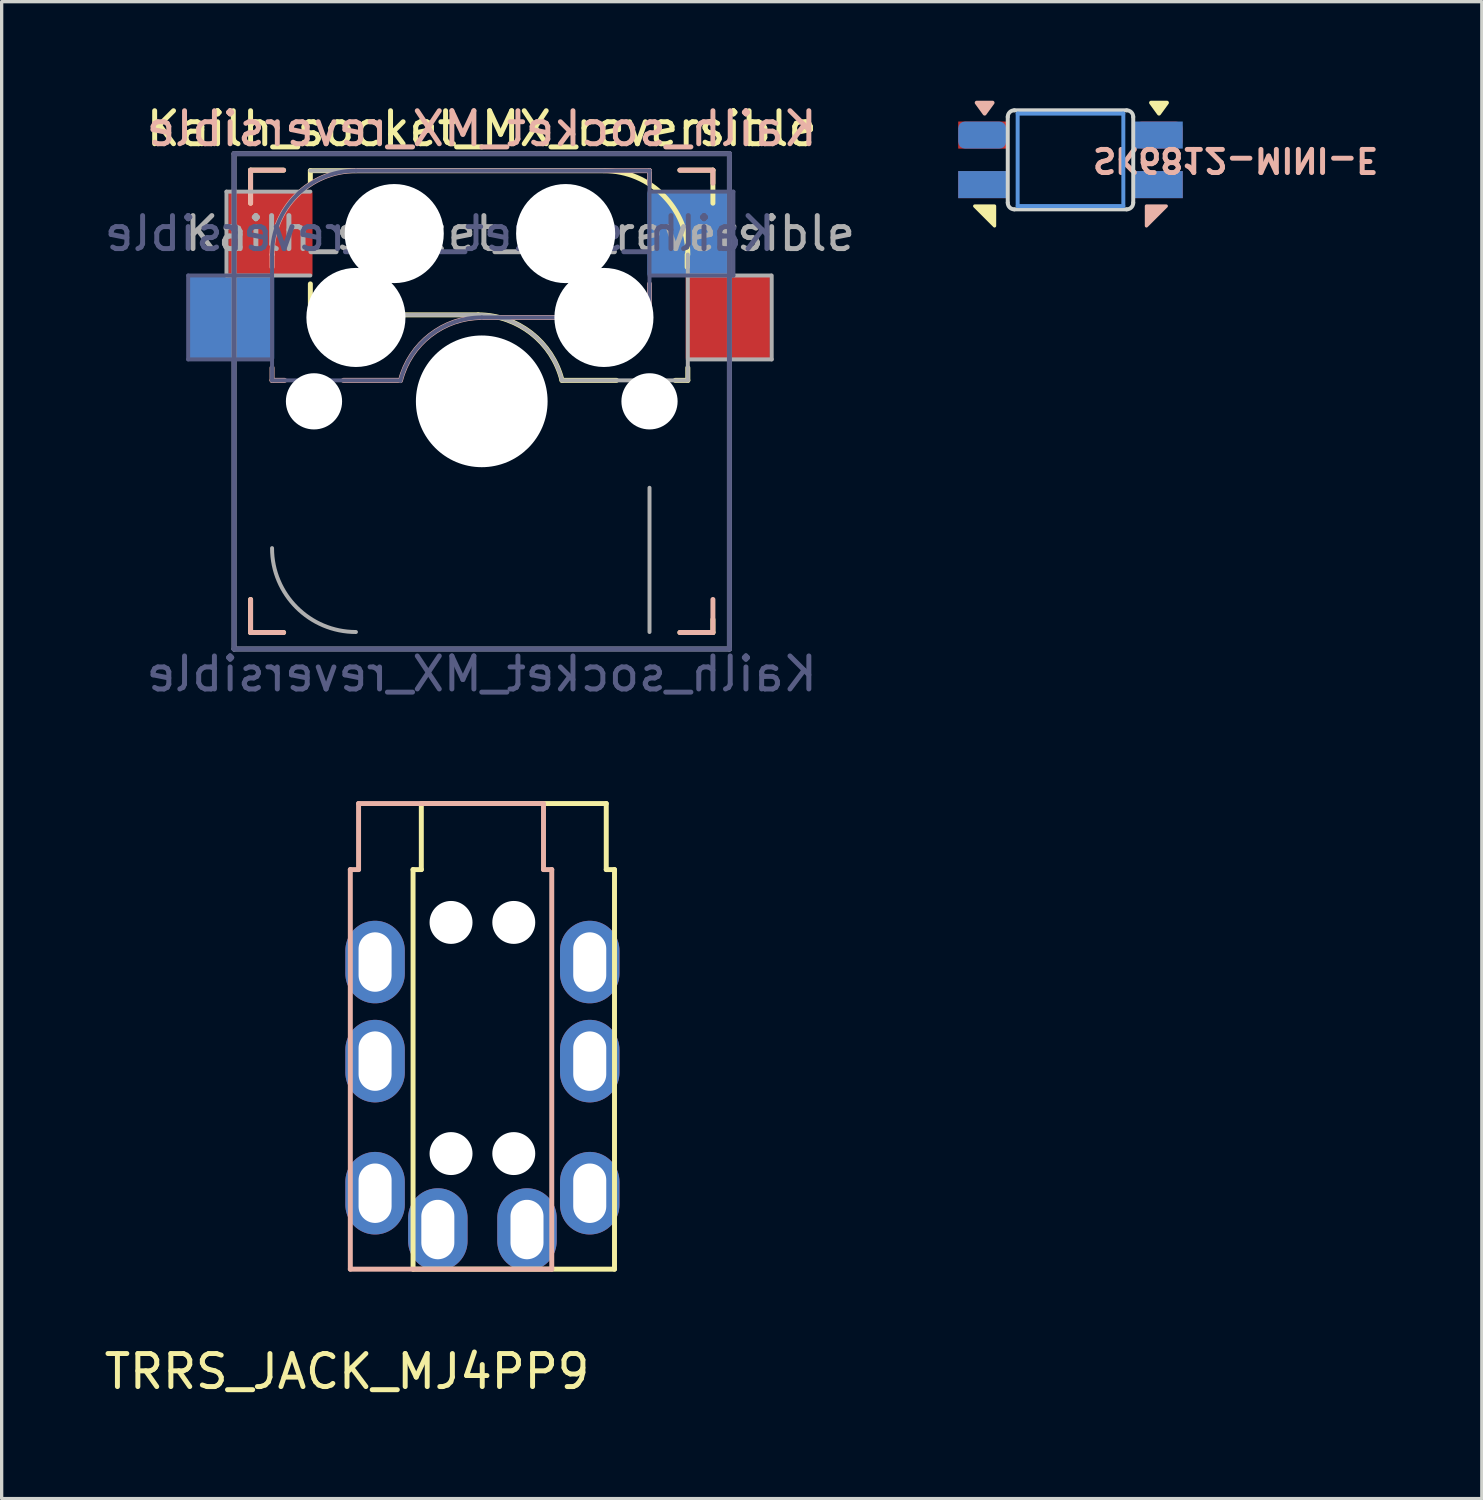
<source format=kicad_pcb>
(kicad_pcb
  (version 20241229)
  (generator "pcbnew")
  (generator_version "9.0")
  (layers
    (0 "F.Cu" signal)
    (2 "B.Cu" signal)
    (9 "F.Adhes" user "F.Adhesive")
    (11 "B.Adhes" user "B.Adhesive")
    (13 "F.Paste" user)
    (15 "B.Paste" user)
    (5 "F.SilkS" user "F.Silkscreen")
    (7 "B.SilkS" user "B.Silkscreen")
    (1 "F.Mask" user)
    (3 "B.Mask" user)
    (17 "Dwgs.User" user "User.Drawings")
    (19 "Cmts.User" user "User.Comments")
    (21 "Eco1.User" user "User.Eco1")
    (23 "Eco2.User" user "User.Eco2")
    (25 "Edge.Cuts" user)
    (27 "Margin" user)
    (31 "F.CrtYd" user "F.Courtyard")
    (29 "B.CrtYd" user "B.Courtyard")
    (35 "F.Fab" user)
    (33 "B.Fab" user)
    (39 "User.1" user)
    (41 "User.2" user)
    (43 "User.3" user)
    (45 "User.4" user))
  (footprint "TRRS_JACK_MJ4PP9"
    (layer "F.Cu")
    (at 7.558 35.382)
    (property "Reference" "TRRS_JACK_MJ4PP9" (at -0.1 3.1 0) (layer "F.SilkS") (effects (font (size 1 1) (thickness 0.15))))
    (attr through_hole)
    (fp_line (start 1.9 -12.1) (end 2.15 -12.1) (stroke (width 0.15) (type solid)) (layer "F.SilkS"))
    (fp_line (start 1.9 0) (end 1.9 -12.1) (stroke (width 0.15) (type solid)) (layer "F.SilkS"))
    (fp_line (start 2.15 -12.1) (end 2.15 -14.1) (stroke (width 0.15) (type solid)) (layer "F.SilkS"))
    (fp_line (start 2.2 -14.1) (end 7.75 -14.1) (stroke (width 0.15) (type solid)) (layer "F.SilkS"))
    (fp_line (start 7.75 -12.1) (end 7.75 -14.1) (stroke (width 0.15) (type solid)) (layer "F.SilkS"))
    (fp_line (start 8 -12.1) (end 7.75 -12.1) (stroke (width 0.15) (type solid)) (layer "F.SilkS"))
    (fp_line (start 8 0) (end 1.9 0) (stroke (width 0.15) (type solid)) (layer "F.SilkS"))
    (fp_line (start 8 0) (end 8 -12.1) (stroke (width 0.15) (type solid)) (layer "F.SilkS"))
    (fp_line (start 0 -12.1) (end 0.25 -12.1) (stroke (width 0.15) (type solid)) (layer "B.SilkS"))
    (fp_line (start 0 0) (end 0 -12.1) (stroke (width 0.15) (type solid)) (layer "B.SilkS"))
    (fp_line (start 0 0) (end 6.1 0) (stroke (width 0.15) (type solid)) (layer "B.SilkS"))
    (fp_line (start 0.25 -12.1) (end 0.25 -14.1) (stroke (width 0.15) (type solid)) (layer "B.SilkS"))
    (fp_line (start 5.8 -14.1) (end 0.25 -14.1) (stroke (width 0.15) (type solid)) (layer "B.SilkS"))
    (fp_line (start 5.85 -12.1) (end 5.85 -14.1) (stroke (width 0.15) (type solid)) (layer "B.SilkS"))
    (fp_line (start 6.1 -12.1) (end 5.85 -12.1) (stroke (width 0.15) (type solid)) (layer "B.SilkS"))
    (fp_line (start 6.1 0) (end 6.1 -12.1) (stroke (width 0.15) (type solid)) (layer "B.SilkS"))
    (pad "" np_thru_hole circle (at 3.05 -10.5) (size 1.3 1.3) (drill 1.3) (layers "*.Cu" "*.Mask"))
    (pad "" np_thru_hole circle (at 3.05 -3.5) (size 1.3 1.3) (drill 1.3) (layers "*.Cu" "*.Mask"))
    (pad "" np_thru_hole circle (at 4.95 -10.5) (size 1.3 1.3) (drill 1.3) (layers "*.Cu" "*.Mask"))
    (pad "" np_thru_hole circle (at 4.95 -3.5) (size 1.3 1.3) (drill 1.3) (layers "*.Cu" "*.Mask"))
    (pad "R1" thru_hole oval (at 0.75 -2.3) (size 1.8 2.5) (drill oval 1 1.8) (layers "*.Cu" "*.Mask"))
    (pad "R1" thru_hole oval (at 7.25 -2.3) (size 1.8 2.5) (drill oval 1 1.8) (layers "*.Cu" "*.Mask"))
    (pad "R2" thru_hole oval (at 0.75 -6.3) (size 1.8 2.5) (drill oval 1 1.8) (layers "*.Cu" "*.Mask"))
    (pad "R2" thru_hole oval (at 7.25 -6.3) (size 1.8 2.5) (drill oval 1 1.8) (layers "*.Cu" "*.Mask"))
    (pad "S" thru_hole oval (at 0.75 -9.3) (size 1.8 2.5) (drill oval 1 1.8) (layers "*.Cu" "*.Mask"))
    (pad "S" thru_hole oval (at 7.25 -9.3) (size 1.8 2.5) (drill oval 1 1.8) (layers "*.Cu" "*.Mask"))
    (pad "T" thru_hole oval (at 2.65 -1.2) (size 1.8 2.5) (drill oval 1 1.8) (layers "*.Cu" "*.Mask"))
    (pad "T" thru_hole oval (at 5.35 -1.2) (size 1.8 2.5) (drill oval 1 1.8) (layers "*.Cu" "*.Mask")))
  (footprint "Kailh_socket_MX_reversible"
    (layer "F.Cu")
    (at 11.538 9.103)
    (property "Reference" "Kailh_socket_MX_reversible" (at 0 -8.255 0) (layer "F.SilkS") (effects (font (size 1 1) (thickness 0.15))))
    (property "Value" "Kailh_socket_MX_reversible" (at 0 8.255 0) (layer "F.Fab") (hide yes) (effects (font (size 1 1) (thickness 0.15))))
    (attr smd)
    (fp_line (start -7 -7) (end -6 -7) (stroke (width 0.15) (type solid)) (layer "F.SilkS"))
    (fp_line (start -7 -6) (end -7 -7) (stroke (width 0.15) (type solid)) (layer "F.SilkS"))
    (fp_line (start -7 7) (end -7 6) (stroke (width 0.15) (type solid)) (layer "F.SilkS"))
    (fp_line (start -6 7) (end -7 7) (stroke (width 0.15) (type solid)) (layer "F.SilkS"))
    (fp_line (start -5.19 -6.985) (end 3.7 -6.985) (stroke (width 0.15) (type solid)) (layer "F.SilkS"))
    (fp_line (start -5.19 -6.604) (end -5.19 -6.985) (stroke (width 0.15) (type solid)) (layer "F.SilkS"))
    (fp_line (start -5.19 -2.618) (end -5.19 -3.556) (stroke (width 0.15) (type solid)) (layer "F.SilkS"))
    (fp_line (start -0.11 -2.618) (end -5.19 -2.618) (stroke (width 0.15) (type solid)) (layer "F.SilkS"))
    (fp_line (start 4.081 -0.635) (end 2.43 -0.635) (stroke (width 0.15) (type solid)) (layer "F.SilkS"))
    (fp_line (start 6 -7) (end 7 -7) (stroke (width 0.15) (type solid)) (layer "F.SilkS"))
    (fp_line (start 6.22 -4.445) (end 6.22 -4.064) (stroke (width 0.15) (type solid)) (layer "F.SilkS"))
    (fp_line (start 6.24 -1.016) (end 6.24 -0.635) (stroke (width 0.15) (type solid)) (layer "F.SilkS"))
    (fp_line (start 6.24 -0.635) (end 5.859 -0.635) (stroke (width 0.15) (type solid)) (layer "F.SilkS"))
    (fp_line (start 7 -7) (end 7 -6) (stroke (width 0.15) (type solid)) (layer "F.SilkS"))
    (fp_line (start 7 6.604) (end 7 7) (stroke (width 0.15) (type solid)) (layer "F.SilkS"))
    (fp_line (start 7 7) (end 6 7) (stroke (width 0.15) (type solid)) (layer "F.SilkS"))
    (fp_arc (start -0.109999 -2.618171) (mid 1.501255 -2.063656) (end 2.429999 -0.634999) (stroke (width 0.15) (type solid)) (layer "F.SilkS"))
    (fp_arc (start 3.7 -6.985) (mid 5.496051 -6.241051) (end 6.24 -4.445) (stroke (width 0.15) (type solid)) (layer "F.SilkS"))
    (fp_line (start -7 -7) (end -6 -7) (stroke (width 0.15) (type solid)) (layer "B.SilkS"))
    (fp_line (start -7 -6) (end -7 -7) (stroke (width 0.15) (type solid)) (layer "B.SilkS"))
    (fp_line (start -7 7) (end -7 6) (stroke (width 0.15) (type solid)) (layer "B.SilkS"))
    (fp_line (start -6.35 -4.445) (end -6.35 -4.064) (stroke (width 0.15) (type solid)) (layer "B.SilkS"))
    (fp_line (start -6.35 -1.016) (end -6.35 -0.635) (stroke (width 0.15) (type solid)) (layer "B.SilkS"))
    (fp_line (start -6.35 -0.635) (end -5.969 -0.635) (stroke (width 0.15) (type solid)) (layer "B.SilkS"))
    (fp_line (start -6 7) (end -7 7) (stroke (width 0.15) (type solid)) (layer "B.SilkS"))
    (fp_line (start -4.191 -0.635) (end -2.54 -0.635) (stroke (width 0.15) (type solid)) (layer "B.SilkS"))
    (fp_line (start 0 -2.54) (end 5.08 -2.54) (stroke (width 0.15) (type solid)) (layer "B.SilkS"))
    (fp_line (start 5.08 -6.985) (end -3.81 -6.985) (stroke (width 0.15) (type solid)) (layer "B.SilkS"))
    (fp_line (start 5.08 -6.604) (end 5.08 -6.985) (stroke (width 0.15) (type solid)) (layer "B.SilkS"))
    (fp_line (start 5.08 -2.54) (end 5.08 -3.556) (stroke (width 0.15) (type solid)) (layer "B.SilkS"))
    (fp_line (start 6 -7) (end 7 -7) (stroke (width 0.15) (type solid)) (layer "B.SilkS"))
    (fp_line (start 7 -7) (end 7 -6.604) (stroke (width 0.15) (type solid)) (layer "B.SilkS"))
    (fp_line (start 7 6) (end 7 7) (stroke (width 0.15) (type solid)) (layer "B.SilkS"))
    (fp_line (start 7 7) (end 6 7) (stroke (width 0.15) (type solid)) (layer "B.SilkS"))
    (fp_arc (start -6.35 -4.445) (mid -5.606051 -6.241051) (end -3.81 -6.985) (stroke (width 0.15) (type solid)) (layer "B.SilkS"))
    (fp_arc (start -2.461268 -0.627503) (mid -1.558484 -2.005674) (end 0 -2.54) (stroke (width 0.15) (type solid)) (layer "B.SilkS"))
    (fp_line (start -6.9 6.9) (end -6.9 -6.9) (stroke (width 0.15) (type solid)) (layer "Eco2.User"))
    (fp_line (start -6.9 6.9) (end 6.9 6.9) (stroke (width 0.15) (type solid)) (layer "Eco2.User"))
    (fp_line (start 6.9 -6.9) (end -6.9 -6.9) (stroke (width 0.15) (type solid)) (layer "Eco2.User"))
    (fp_line (start 6.9 -6.9) (end 6.9 6.9) (stroke (width 0.15) (type solid)) (layer "Eco2.User"))
    (fp_line (start -8.89 -3.81) (end -8.89 -1.27) (stroke (width 0.12) (type solid)) (layer "B.Fab"))
    (fp_line (start -8.89 -1.27) (end -6.35 -1.27) (stroke (width 0.12) (type solid)) (layer "B.Fab"))
    (fp_line (start -7.5 -7.5) (end 7.5 -7.5) (stroke (width 0.15) (type solid)) (layer "B.Fab"))
    (fp_line (start -7.5 7.5) (end -7.5 -7.5) (stroke (width 0.15) (type solid)) (layer "B.Fab"))
    (fp_line (start -6.35 -4.445) (end -6.35 -0.635) (stroke (width 0.12) (type solid)) (layer "B.Fab"))
    (fp_line (start -6.35 -3.81) (end -8.89 -3.81) (stroke (width 0.12) (type solid)) (layer "B.Fab"))
    (fp_line (start -6.35 -0.635) (end -2.54 -0.635) (stroke (width 0.12) (type solid)) (layer "B.Fab"))
    (fp_line (start 0 -2.54) (end 5.08 -2.54) (stroke (width 0.12) (type solid)) (layer "B.Fab"))
    (fp_line (start 5.08 -6.985) (end -3.81 -6.985) (stroke (width 0.12) (type solid)) (layer "B.Fab"))
    (fp_line (start 5.08 -3.81) (end 7.62 -3.81) (stroke (width 0.12) (type solid)) (layer "B.Fab"))
    (fp_line (start 5.08 -2.54) (end 5.08 -6.985) (stroke (width 0.12) (type solid)) (layer "B.Fab"))
    (fp_line (start 7.5 -7.5) (end 7.5 7.5) (stroke (width 0.15) (type solid)) (layer "B.Fab"))
    (fp_line (start 7.5 7.5) (end -7.5 7.5) (stroke (width 0.15) (type solid)) (layer "B.Fab"))
    (fp_line (start 7.62 -6.35) (end 5.08 -6.35) (stroke (width 0.12) (type solid)) (layer "B.Fab"))
    (fp_line (start 7.62 -3.81) (end 7.62 -6.35) (stroke (width 0.12) (type solid)) (layer "B.Fab"))
    (fp_arc (start -6.35 -4.445) (mid -5.606051 -6.241051) (end -3.81 -6.985) (stroke (width 0.12) (type solid)) (layer "B.Fab"))
    (fp_arc (start -2.464162 -0.61604) (mid -1.563147 -2.002042) (end 0 -2.54) (stroke (width 0.12) (type solid)) (layer "B.Fab"))
    (fp_line (start -7.73 -6.35) (end -7.73 -3.81) (stroke (width 0.12) (type solid)) (layer "F.Fab"))
    (fp_line (start -7.73 -3.81) (end -5.19 -3.81) (stroke (width 0.12) (type solid)) (layer "F.Fab"))
    (fp_line (start -7.5 -7.5) (end 7.5 -7.5) (stroke (width 0.15) (type solid)) (layer "F.Fab"))
    (fp_line (start -7.5 7.5) (end -7.5 -7.5) (stroke (width 0.15) (type solid)) (layer "F.Fab"))
    (fp_line (start -5.19 -6.35) (end -7.73 -6.35) (stroke (width 0.12) (type solid)) (layer "F.Fab"))
    (fp_line (start -5.19 -2.618) (end -0.11 -2.618) (stroke (width 0.12) (type solid)) (layer "F.Fab"))
    (fp_line (start 2.43 -0.635) (end 6.24 -0.635) (stroke (width 0.12) (type solid)) (layer "F.Fab"))
    (fp_line (start 3.7 -6.985) (end -5.19 -6.985) (stroke (width 0.12) (type solid)) (layer "F.Fab"))
    (fp_line (start 5.08 6.985) (end 5.08 2.618) (stroke (width 0.12) (type solid)) (layer "F.Fab"))
    (fp_line (start 6.24 -1.27) (end 8.78 -1.27) (stroke (width 0.12) (type solid)) (layer "F.Fab"))
    (fp_line (start 6.24 -0.635) (end 6.24 -4.445) (stroke (width 0.12) (type solid)) (layer "F.Fab"))
    (fp_line (start 7.5 -7.5) (end 7.5 7.5) (stroke (width 0.15) (type solid)) (layer "F.Fab"))
    (fp_line (start 7.5 7.5) (end -7.5 7.5) (stroke (width 0.15) (type solid)) (layer "F.Fab"))
    (fp_line (start 8.76 -3.81) (end 6.22 -3.81) (stroke (width 0.12) (type solid)) (layer "F.Fab"))
    (fp_line (start 8.78 -1.27) (end 8.78 -3.81) (stroke (width 0.12) (type solid)) (layer "F.Fab"))
    (fp_arc (start -3.81 6.985) (mid -5.606051 6.241051) (end -6.35 4.445) (stroke (width 0.12) (type solid)) (layer "F.Fab"))
    (fp_arc (start -0.109999 -2.618171) (mid 1.501255 -2.063656) (end 2.429999 -0.634999) (stroke (width 0.12) (type solid)) (layer "F.Fab"))
    (fp_text user "${REFERENCE}" (at 0 -8.255 0) (layer "B.SilkS") (effects (font (size 1 1) (thickness 0.15)) (justify mirror)))
    (fp_text user "${VALUE}" (at 0 8.255 0) (layer "B.Fab") (effects (font (size 1 1) (thickness 0.15)) (justify mirror)))
    (fp_text user "${REFERENCE}" (at -1.27 -5.08 0) (layer "B.Fab") (effects (font (size 1 1) (thickness 0.15)) (justify mirror)))
    (fp_text user "${REFERENCE}" (at 1.16 -5.08 180) (layer "F.Fab") (effects (font (size 1 1) (thickness 0.15))))
    (pad "" np_thru_hole circle (at -5.08 0) (size 1.702 1.702) (drill 1.702) (layers "*.Cu" "*.Mask"))
    (pad "" np_thru_hole circle (at -3.81 -2.54) (size 3 3) (drill 3) (layers "*.Cu" "*.Mask"))
    (pad "" np_thru_hole circle (at -2.65 -5.08 180) (size 3 3) (drill 3) (layers "*.Cu" "*.Mask"))
    (pad "" np_thru_hole circle (at 0 0) (size 3.988 3.988) (drill 3.988) (layers "*.Cu" "*.Mask"))
    (pad "" np_thru_hole circle (at 2.54 -5.08) (size 3 3) (drill 3) (layers "*.Cu" "*.Mask"))
    (pad "" np_thru_hole circle (at 3.7 -2.54 180) (size 3 3) (drill 3) (layers "*.Cu" "*.Mask"))
    (pad "" np_thru_hole circle (at 5.08 0) (size 1.702 1.702) (drill 1.702) (layers "*.Cu" "*.Mask"))
    (pad "1" smd rect (at -6.4 -5.08 180) (size 2.55 2.5) (layers "F.Cu" "F.Mask" "F.Paste"))
    (pad "1" smd rect (at 6.29 -5.08) (size 2.55 2.5) (layers "B.Cu" "B.Mask" "B.Paste"))
    (pad "2" smd rect (at -7.56 -2.54) (size 2.55 2.5) (layers "B.Cu" "B.Mask" "B.Paste"))
    (pad "2" smd rect (at 7.45 -2.54 180) (size 2.55 2.5) (layers "F.Cu" "F.Mask" "F.Paste")))
  (footprint "SK6812-MINI-E"
    (layer "F.Cu")
    (at 29.366 1.79)
    (property "Reference" "SK6812-MINI-E" (at 5 0 180) (unlocked yes) (layer "B.SilkS") (effects (font (size 0.7 0.7) (thickness 0.15)) (justify mirror)))
    (attr smd)
    (fp_poly (pts (xy -2.9 1.4) (xy -2.3 1.4) (xy -2.3 2)) (stroke (width 0.1) (type solid)) (fill yes) (layer "F.SilkS"))
    (fp_poly (pts (xy 2.68 -1.4) (xy 2.44 -1.73) (xy 2.92 -1.73) (xy 2.68 -1.4)) (stroke (width 0.12) (type solid)) (fill yes) (layer "F.SilkS"))
    (fp_poly (pts (xy 2.9 1.4) (xy 2.3 1.4) (xy 2.3 2)) (stroke (width 0.1) (type solid)) (fill yes) (layer "B.SilkS"))
    (fp_poly (pts (xy -2.6 -1.4) (xy -2.36 -1.73) (xy -2.84 -1.73) (xy -2.6 -1.4)) (stroke (width 0.12) (type solid)) (fill yes) (layer "B.SilkS"))
    (fp_line (start -1.6 -1.4) (end 1.6 -1.4) (stroke (width 0.12) (type solid)) (layer "Cmts.User"))
    (fp_line (start -1.6 1.4) (end -1.6 -1.4) (stroke (width 0.12) (type solid)) (layer "Cmts.User"))
    (fp_line (start 1.6 -1.4) (end 1.6 1.4) (stroke (width 0.12) (type solid)) (layer "Cmts.User"))
    (fp_line (start 1.6 1.4) (end -1.6 1.4) (stroke (width 0.12) (type solid)) (layer "Cmts.User"))
    (fp_line (start -1.9 1.3) (end -1.9 -1.3) (stroke (width 0.12) (type solid)) (layer "Edge.Cuts"))
    (fp_line (start -1.7 -1.5) (end 1.7 -1.5) (stroke (width 0.12) (type solid)) (layer "Edge.Cuts"))
    (fp_line (start 1.7 1.5) (end -1.7 1.5) (stroke (width 0.12) (type solid)) (layer "Edge.Cuts"))
    (fp_line (start 1.9 -1.3) (end 1.9 1.3) (stroke (width 0.12) (type solid)) (layer "Edge.Cuts"))
    (fp_arc (start -1.9 -1.3) (mid -1.841421 -1.441421) (end -1.7 -1.5) (stroke (width 0.12) (type solid)) (layer "Edge.Cuts"))
    (fp_arc (start -1.7 1.5) (mid -1.841421 1.441421) (end -1.9 1.3) (stroke (width 0.12) (type solid)) (layer "Edge.Cuts"))
    (fp_arc (start 1.7 -1.5) (mid 1.841421 -1.441421) (end 1.9 -1.3) (stroke (width 0.12) (type solid)) (layer "Edge.Cuts"))
    (fp_arc (start 1.9 1.3) (mid 1.841421 1.441421) (end 1.7 1.5) (stroke (width 0.12) (type solid)) (layer "Edge.Cuts"))
    (pad "1" smd rect (at -2.675 0.75) (size 1.45 0.82) (layers "B.Cu" "B.Mask" "B.Paste"))
    (pad "1" smd rect (at 2.675 0.75) (size 1.45 0.82) (layers "F.Cu" "F.Mask" "F.Paste"))
    (pad "2" smd rect (at -2.675 0.75) (size 1.45 0.82) (layers "F.Cu" "F.Mask" "F.Paste"))
    (pad "2" smd rect (at 2.675 0.75) (size 1.45 0.82) (layers "B.Cu" "B.Mask" "B.Paste"))
    (pad "3" smd rect (at -2.675 -0.75) (size 1.45 0.82) (layers "F.Cu" "F.Mask" "F.Paste"))
    (pad "3" smd rect (at 2.675 -0.75) (size 1.45 0.82) (layers "B.Cu" "B.Mask" "B.Paste"))
    (pad "4" smd roundrect (at -2.675 -0.75) (size 1.45 0.82) (layers "B.Cu" "B.Mask" "B.Paste") (roundrect_rratio 0.25))
    (pad "4" smd roundrect (at 2.675 -0.75) (size 1.45 0.82) (layers "F.Cu" "F.Mask" "F.Paste") (roundrect_rratio 0.25)))
  (gr_rect
    (start -3 -3)
    (end 41.821 42.33)
    (stroke (width 0.1) (type default))
    (fill no)
    (layer "Edge.Cuts")))
</source>
